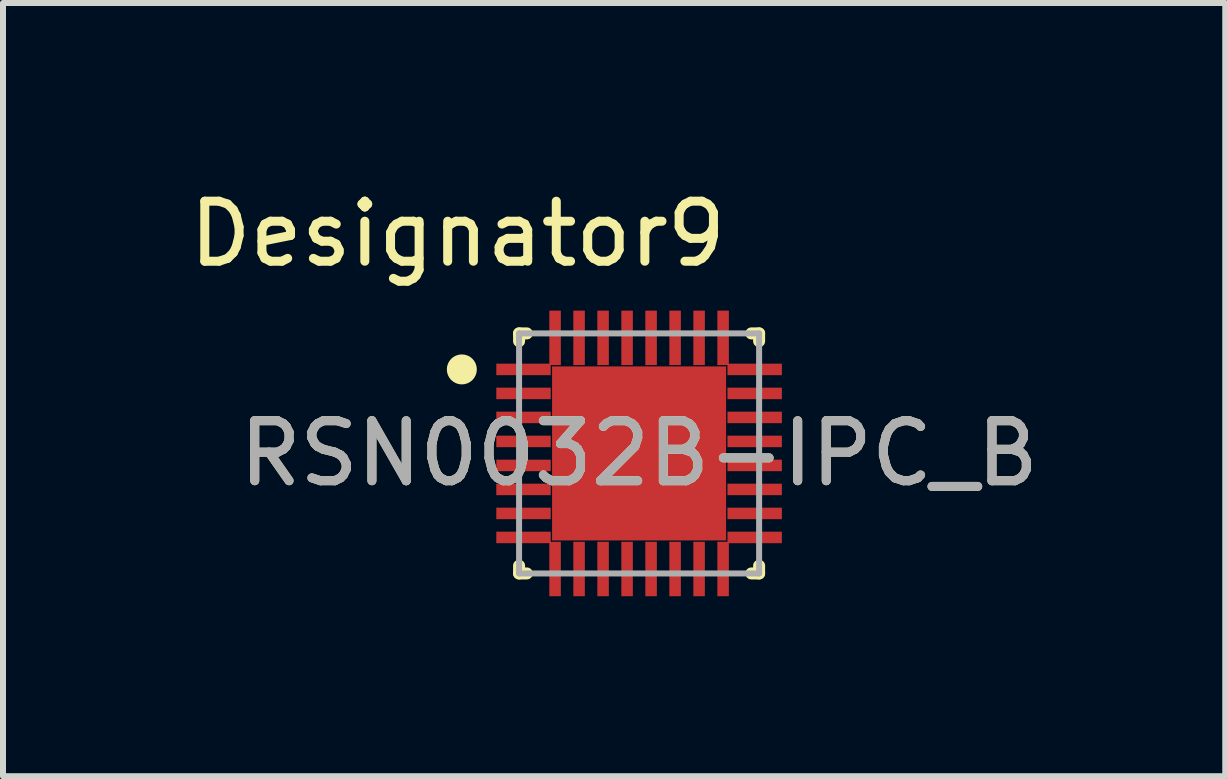
<source format=kicad_pcb>
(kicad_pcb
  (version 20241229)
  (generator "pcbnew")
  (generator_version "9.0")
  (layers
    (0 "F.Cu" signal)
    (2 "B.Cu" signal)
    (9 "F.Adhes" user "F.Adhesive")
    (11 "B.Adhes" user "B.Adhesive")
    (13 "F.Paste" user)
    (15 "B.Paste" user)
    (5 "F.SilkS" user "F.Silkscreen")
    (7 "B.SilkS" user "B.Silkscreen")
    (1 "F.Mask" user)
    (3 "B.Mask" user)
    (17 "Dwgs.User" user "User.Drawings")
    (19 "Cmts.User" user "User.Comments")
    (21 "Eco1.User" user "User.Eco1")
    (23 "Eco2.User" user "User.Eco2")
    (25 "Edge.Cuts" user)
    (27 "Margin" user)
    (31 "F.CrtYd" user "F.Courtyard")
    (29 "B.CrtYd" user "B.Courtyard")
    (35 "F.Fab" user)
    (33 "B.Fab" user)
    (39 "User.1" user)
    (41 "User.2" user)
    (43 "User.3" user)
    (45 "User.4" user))
  (footprint "RSN0032B-IPC_B"
    (layer "F.Cu")
    (at 7.6 4.506)
    (property "Reference" "RSN0032B-IPC_B" (at 0 0 0) (unlocked yes) (layer "F.SilkS") (effects (font (size 1 1) (thickness 0.15))))
    (attr smd)
    (fp_line (start -2 -2) (end -1.871 -2) (stroke (width 0.2) (type solid)) (layer "F.SilkS"))
    (fp_line (start -2 -1.871) (end -2 -2) (stroke (width 0.2) (type solid)) (layer "F.SilkS"))
    (fp_line (start -2 2) (end -2 1.871) (stroke (width 0.2) (type solid)) (layer "F.SilkS"))
    (fp_line (start -2 2) (end -1.871 2) (stroke (width 0.2) (type solid)) (layer "F.SilkS"))
    (fp_line (start 1.871 -2) (end 2 -2) (stroke (width 0.2) (type solid)) (layer "F.SilkS"))
    (fp_line (start 1.871 2) (end 2 2) (stroke (width 0.2) (type solid)) (layer "F.SilkS"))
    (fp_line (start 2 -1.871) (end 2 -2) (stroke (width 0.2) (type solid)) (layer "F.SilkS"))
    (fp_line (start 2 2) (end 2 1.871) (stroke (width 0.2) (type solid)) (layer "F.SilkS"))
    (fp_circle (center -2.954 -1.4) (end -2.829 -1.4) (stroke (width 0.25) (type solid)) (fill no) (layer "F.SilkS"))
    (fp_poly (pts (xy -0.917 0.917) (xy 0.917 0.917) (xy 0.917 -0.917) (xy -0.917 -0.917)) (stroke (width 0) (type solid)) (fill yes) (layer "F.Paste"))
    (fp_line (start -2 -2) (end 2 -2) (stroke (width 0.1) (type solid)) (layer "F.Fab"))
    (fp_line (start -2 2) (end -2 -2) (stroke (width 0.1) (type solid)) (layer "F.Fab"))
    (fp_line (start -2 2) (end 2 2) (stroke (width 0.1) (type solid)) (layer "F.Fab"))
    (fp_line (start 2 2) (end 2 -2) (stroke (width 0.1) (type solid)) (layer "F.Fab"))
    (fp_text user "Designator9" (at -3.023 -3.658 0) (unlocked yes) (layer "F.SilkS") (effects (font (size 1 1) (thickness 0.15))))
    (fp_text user "${REFERENCE}" (at 0 0 0) (unlocked yes) (layer "F.Fab") (effects (font (size 1 1) (thickness 0.15))))
    (pad "1" smd rect (at -1.926 -1.4 90) (size 0.192 0.907) (layers "F.Cu" "F.Mask" "F.Paste"))
    (pad "2" smd rect (at -1.926 -1 90) (size 0.192 0.907) (layers "F.Cu" "F.Mask" "F.Paste"))
    (pad "3" smd rect (at -1.926 -0.6 90) (size 0.192 0.907) (layers "F.Cu" "F.Mask" "F.Paste"))
    (pad "4" smd rect (at -1.926 -0.2 90) (size 0.192 0.907) (layers "F.Cu" "F.Mask" "F.Paste"))
    (pad "5" smd rect (at -1.926 0.2 90) (size 0.192 0.907) (layers "F.Cu" "F.Mask" "F.Paste"))
    (pad "6" smd rect (at -1.926 0.6 90) (size 0.192 0.907) (layers "F.Cu" "F.Mask" "F.Paste"))
    (pad "7" smd rect (at -1.926 1 90) (size 0.192 0.907) (layers "F.Cu" "F.Mask" "F.Paste"))
    (pad "8" smd rect (at -1.926 1.4 90) (size 0.192 0.907) (layers "F.Cu" "F.Mask" "F.Paste"))
    (pad "9" smd rect (at -1.4 1.926) (size 0.192 0.907) (layers "F.Cu" "F.Mask" "F.Paste"))
    (pad "10" smd rect (at -1 1.926) (size 0.192 0.907) (layers "F.Cu" "F.Mask" "F.Paste"))
    (pad "11" smd rect (at -0.6 1.926) (size 0.192 0.907) (layers "F.Cu" "F.Mask" "F.Paste"))
    (pad "12" smd rect (at -0.2 1.926) (size 0.192 0.907) (layers "F.Cu" "F.Mask" "F.Paste"))
    (pad "13" smd rect (at 0.2 1.926) (size 0.192 0.907) (layers "F.Cu" "F.Mask" "F.Paste"))
    (pad "14" smd rect (at 0.6 1.926) (size 0.192 0.907) (layers "F.Cu" "F.Mask" "F.Paste"))
    (pad "15" smd rect (at 1 1.926) (size 0.192 0.907) (layers "F.Cu" "F.Mask" "F.Paste"))
    (pad "16" smd rect (at 1.4 1.926) (size 0.192 0.907) (layers "F.Cu" "F.Mask" "F.Paste"))
    (pad "17" smd rect (at 1.926 1.4 90) (size 0.192 0.907) (layers "F.Cu" "F.Mask" "F.Paste"))
    (pad "18" smd rect (at 1.926 1 90) (size 0.192 0.907) (layers "F.Cu" "F.Mask" "F.Paste"))
    (pad "19" smd rect (at 1.926 0.6 90) (size 0.192 0.907) (layers "F.Cu" "F.Mask" "F.Paste"))
    (pad "20" smd rect (at 1.926 0.2 90) (size 0.192 0.907) (layers "F.Cu" "F.Mask" "F.Paste"))
    (pad "21" smd rect (at 1.926 -0.2 90) (size 0.192 0.907) (layers "F.Cu" "F.Mask" "F.Paste"))
    (pad "22" smd rect (at 1.926 -0.6 90) (size 0.192 0.907) (layers "F.Cu" "F.Mask" "F.Paste"))
    (pad "23" smd rect (at 1.926 -1 90) (size 0.192 0.907) (layers "F.Cu" "F.Mask" "F.Paste"))
    (pad "24" smd rect (at 1.926 -1.4 90) (size 0.192 0.907) (layers "F.Cu" "F.Mask" "F.Paste"))
    (pad "25" smd rect (at 1.4 -1.926) (size 0.192 0.907) (layers "F.Cu" "F.Mask" "F.Paste"))
    (pad "26" smd rect (at 1 -1.926) (size 0.192 0.907) (layers "F.Cu" "F.Mask" "F.Paste"))
    (pad "27" smd rect (at 0.6 -1.926) (size 0.192 0.907) (layers "F.Cu" "F.Mask" "F.Paste"))
    (pad "28" smd rect (at 0.2 -1.926) (size 0.192 0.907) (layers "F.Cu" "F.Mask" "F.Paste"))
    (pad "29" smd rect (at -0.2 -1.926) (size 0.192 0.907) (layers "F.Cu" "F.Mask" "F.Paste"))
    (pad "30" smd rect (at -0.6 -1.926) (size 0.192 0.907) (layers "F.Cu" "F.Mask" "F.Paste"))
    (pad "31" smd rect (at -1 -1.926) (size 0.192 0.907) (layers "F.Cu" "F.Mask" "F.Paste"))
    (pad "32" smd rect (at -1.4 -1.926) (size 0.192 0.907) (layers "F.Cu" "F.Mask" "F.Paste"))
    (pad "33" smd rect (at 0 0) (size 2.9 2.9) (layers "F.Cu" "F.Mask")))
  (gr_rect
    (start -3 -3)
    (end 17.368 9.885)
    (stroke (width 0.1) (type default))
    (fill no)
    (layer "Edge.Cuts")))
</source>
